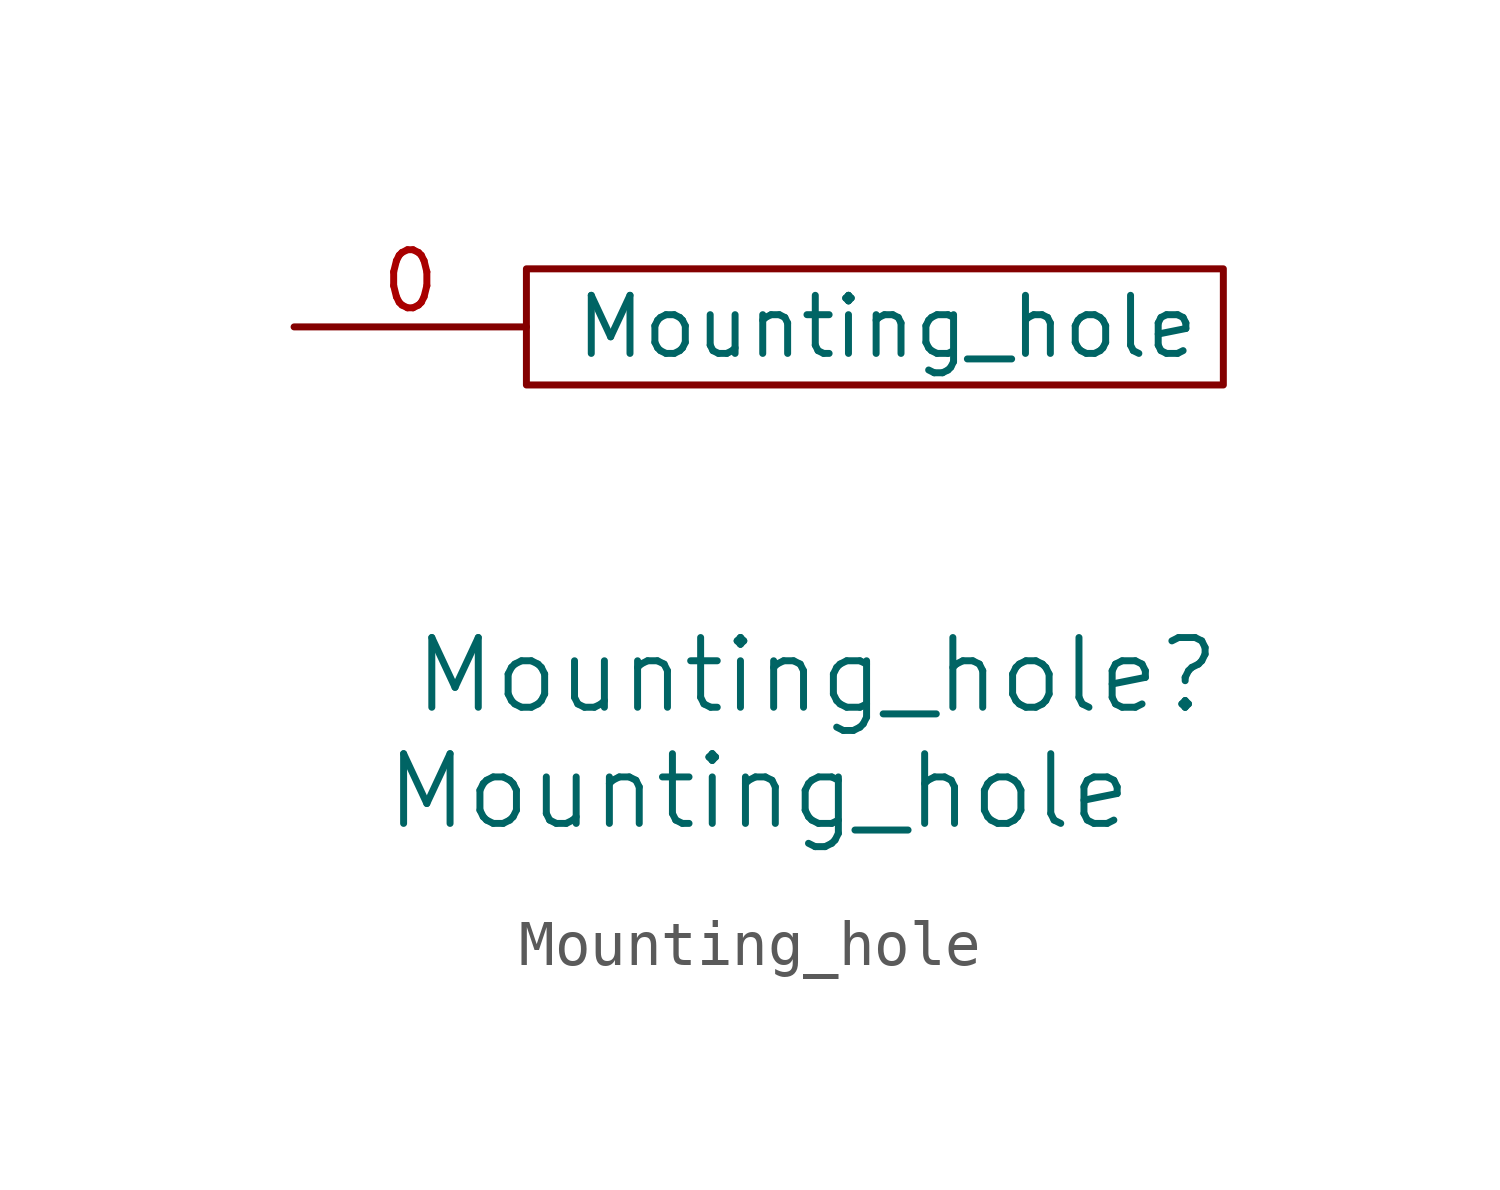
<source format=kicad_sym>
(kicad_symbol_lib
  (version 20211014)
  (generator kicad_symbol_editor)
  (symbol "Mounting_hole"
    (pin_names
      (offset 1.016))
    (property "Reference" "Mounting_hole"
      (at 1.27 -7.62 0)
      (effects (font (size 1.524 1.524))))
    (property "Value" "Mounting_hole"
      (at 0 -10.16 0)
      (effects (font (size 1.524 1.524))))
    (symbol "Mounting_hole_0_1"
      (rectangle (start -5.08 1.27) (end 10.16 -1.27) (stroke (width 0) (type default) (color 0 0 0 0)) (fill (type none))))
    (symbol "Mounting_hole_1_1"
      (pin passive line (at -10.16 0 0) (length 5.08) (name "Mounting_hole" (effects (font (size 1.27 1.27)))) (number "0" (effects (font (size 1.27 1.27))))))))
</source>
